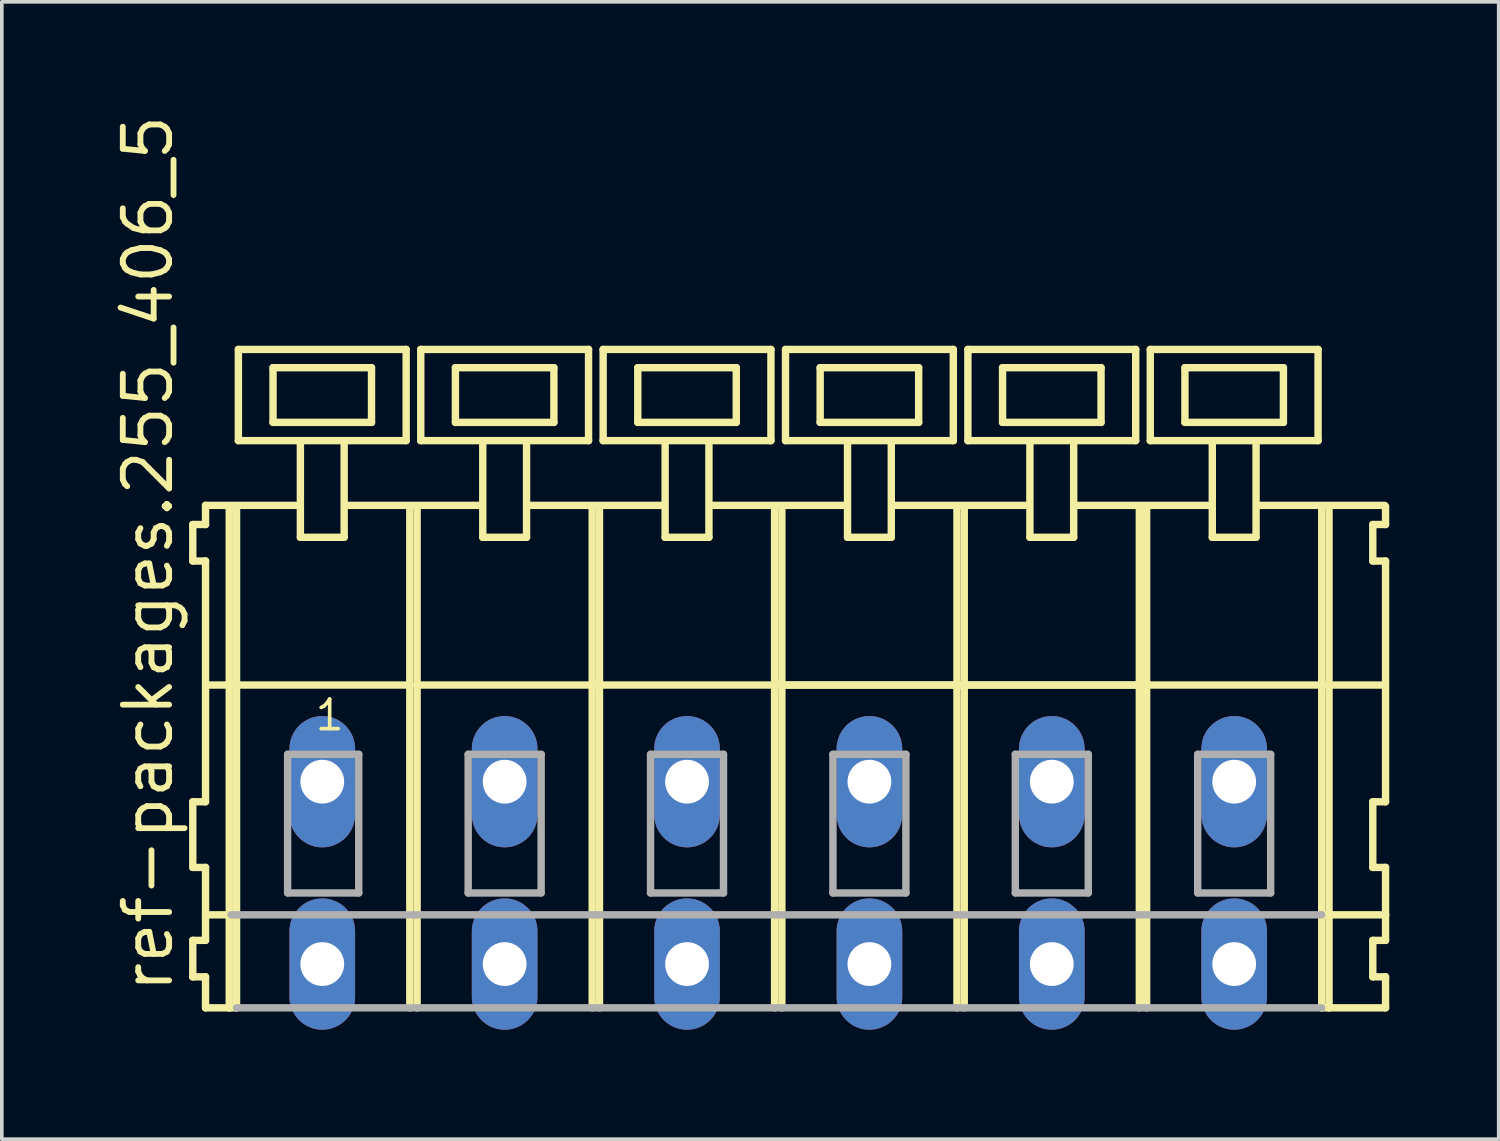
<source format=kicad_pcb>
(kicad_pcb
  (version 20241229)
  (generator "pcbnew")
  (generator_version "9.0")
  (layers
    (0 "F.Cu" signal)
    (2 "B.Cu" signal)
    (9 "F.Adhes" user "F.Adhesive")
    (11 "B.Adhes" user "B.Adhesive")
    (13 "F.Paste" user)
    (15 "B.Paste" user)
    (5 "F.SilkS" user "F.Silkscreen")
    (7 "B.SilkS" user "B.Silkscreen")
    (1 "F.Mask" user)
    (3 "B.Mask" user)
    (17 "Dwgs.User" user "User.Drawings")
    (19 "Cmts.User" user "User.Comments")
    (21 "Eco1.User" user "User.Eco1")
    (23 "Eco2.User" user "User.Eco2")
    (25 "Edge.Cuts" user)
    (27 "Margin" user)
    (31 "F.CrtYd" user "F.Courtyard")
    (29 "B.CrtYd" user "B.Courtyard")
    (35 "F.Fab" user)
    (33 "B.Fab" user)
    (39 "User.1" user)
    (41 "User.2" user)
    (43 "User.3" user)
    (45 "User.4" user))
  (footprint "ref-packages.255_406_5"
    (layer "F.Cu")
    (at 18.285 18.38)
    (property "Reference" "ref-packages.255_406_5" (at -16.535 5.855 90) (layer "F.SilkS") (effects (font (size 1.27 1.27) (thickness 0.16)) (justify left bottom)))
    (attr through_hole)
    (fp_line (start -16.05 -7.05) (end -16.05 -6.05) (stroke (width 0.203) (type default)) (layer "F.SilkS"))
    (fp_line (start -16.05 -6.05) (end -15.7 -6.05) (stroke (width 0.203) (type default)) (layer "F.SilkS"))
    (fp_line (start -16.05 0.55) (end -16.05 2.35) (stroke (width 0.203) (type default)) (layer "F.SilkS"))
    (fp_line (start -16.05 2.35) (end -15.7 2.35) (stroke (width 0.203) (type default)) (layer "F.SilkS"))
    (fp_line (start -16.05 4.35) (end -16.05 5.35) (stroke (width 0.203) (type default)) (layer "F.SilkS"))
    (fp_line (start -16.05 5.35) (end -15.7 5.35) (stroke (width 0.203) (type default)) (layer "F.SilkS"))
    (fp_line (start -15.7 -7.575) (end -15.7 -7.05) (stroke (width 0.203) (type default)) (layer "F.SilkS"))
    (fp_line (start -15.7 -7.575) (end -13.125 -7.575) (stroke (width 0.203) (type default)) (layer "F.SilkS"))
    (fp_line (start -15.7 -7.05) (end -16.05 -7.05) (stroke (width 0.203) (type default)) (layer "F.SilkS"))
    (fp_line (start -15.7 -6.05) (end -15.7 0.55) (stroke (width 0.203) (type default)) (layer "F.SilkS"))
    (fp_line (start -15.7 0.55) (end -16.05 0.55) (stroke (width 0.203) (type default)) (layer "F.SilkS"))
    (fp_line (start -15.7 2.35) (end -15.7 4.35) (stroke (width 0.203) (type default)) (layer "F.SilkS"))
    (fp_line (start -15.7 3.65) (end -15 3.65) (stroke (width 0.203) (type default)) (layer "F.SilkS"))
    (fp_line (start -15.7 4.35) (end -16.05 4.35) (stroke (width 0.203) (type default)) (layer "F.SilkS"))
    (fp_line (start -15.7 5.35) (end -15.7 6.2) (stroke (width 0.203) (type default)) (layer "F.SilkS"))
    (fp_line (start -15.7 6.2) (end -15.05 6.2) (stroke (width 0.203) (type default)) (layer "F.SilkS"))
    (fp_line (start -15.65 -2.65) (end -10.1 -2.65) (stroke (width 0.203) (type default)) (layer "F.SilkS"))
    (fp_line (start -15.05 -7.55) (end -15.05 6.2) (stroke (width 0.203) (type default)) (layer "F.SilkS"))
    (fp_line (start -15.05 6.2) (end -14.85 6.2) (stroke (width 0.203) (type default)) (layer "F.SilkS"))
    (fp_line (start -14.85 -7.55) (end -14.85 6.2) (stroke (width 0.203) (type default)) (layer "F.SilkS"))
    (fp_line (start -14.8 -11.85) (end -14.8 -9.35) (stroke (width 0.203) (type default)) (layer "F.SilkS"))
    (fp_line (start -14.8 -9.35) (end -13.1 -9.35) (stroke (width 0.203) (type default)) (layer "F.SilkS"))
    (fp_line (start -13.85 -11.35) (end -13.85 -9.85) (stroke (width 0.203) (type default)) (layer "F.SilkS"))
    (fp_line (start -13.85 -9.85) (end -11.15 -9.85) (stroke (width 0.203) (type default)) (layer "F.SilkS"))
    (fp_line (start -13.1 -9.35) (end -13.1 -6.7) (stroke (width 0.203) (type default)) (layer "F.SilkS"))
    (fp_line (start -13.1 -9.35) (end -11.9 -9.35) (stroke (width 0.203) (type default)) (layer "F.SilkS"))
    (fp_line (start -13.1 -6.7) (end -11.9 -6.7) (stroke (width 0.203) (type default)) (layer "F.SilkS"))
    (fp_line (start -11.9 -9.35) (end -10.2 -9.35) (stroke (width 0.203) (type default)) (layer "F.SilkS"))
    (fp_line (start -11.9 -6.7) (end -11.9 -9.35) (stroke (width 0.203) (type default)) (layer "F.SilkS"))
    (fp_line (start -11.825 -7.575) (end -8.125 -7.575) (stroke (width 0.203) (type default)) (layer "F.SilkS"))
    (fp_line (start -11.15 -11.35) (end -13.85 -11.35) (stroke (width 0.203) (type default)) (layer "F.SilkS"))
    (fp_line (start -11.15 -9.85) (end -11.15 -11.35) (stroke (width 0.203) (type default)) (layer "F.SilkS"))
    (fp_line (start -10.2 -11.85) (end -14.8 -11.85) (stroke (width 0.203) (type default)) (layer "F.SilkS"))
    (fp_line (start -10.2 -9.35) (end -10.2 -11.85) (stroke (width 0.203) (type default)) (layer "F.SilkS"))
    (fp_line (start -10.1 -7.55) (end -10.1 -2.65) (stroke (width 0.203) (type default)) (layer "F.SilkS"))
    (fp_line (start -10.1 -2.65) (end -10.1 6.2) (stroke (width 0.203) (type default)) (layer "F.SilkS"))
    (fp_line (start -9.9 -7.55) (end -9.9 -2.65) (stroke (width 0.203) (type default)) (layer "F.SilkS"))
    (fp_line (start -9.9 -2.65) (end -9.9 6.2) (stroke (width 0.203) (type default)) (layer "F.SilkS"))
    (fp_line (start -9.9 -2.65) (end -5.1 -2.65) (stroke (width 0.203) (type default)) (layer "F.SilkS"))
    (fp_line (start -9.8 -11.85) (end -9.8 -9.35) (stroke (width 0.203) (type default)) (layer "F.SilkS"))
    (fp_line (start -9.8 -9.35) (end -8.1 -9.35) (stroke (width 0.203) (type default)) (layer "F.SilkS"))
    (fp_line (start -8.85 -11.35) (end -8.85 -9.85) (stroke (width 0.203) (type default)) (layer "F.SilkS"))
    (fp_line (start -8.85 -9.85) (end -6.15 -9.85) (stroke (width 0.203) (type default)) (layer "F.SilkS"))
    (fp_line (start -8.1 -9.35) (end -8.1 -6.7) (stroke (width 0.203) (type default)) (layer "F.SilkS"))
    (fp_line (start -8.1 -9.35) (end -6.9 -9.35) (stroke (width 0.203) (type default)) (layer "F.SilkS"))
    (fp_line (start -8.1 -6.7) (end -6.9 -6.7) (stroke (width 0.203) (type default)) (layer "F.SilkS"))
    (fp_line (start -6.9 -9.35) (end -5.2 -9.35) (stroke (width 0.203) (type default)) (layer "F.SilkS"))
    (fp_line (start -6.9 -6.7) (end -6.9 -9.35) (stroke (width 0.203) (type default)) (layer "F.SilkS"))
    (fp_line (start -6.875 -7.575) (end -3.125 -7.575) (stroke (width 0.203) (type default)) (layer "F.SilkS"))
    (fp_line (start -6.15 -11.35) (end -8.85 -11.35) (stroke (width 0.203) (type default)) (layer "F.SilkS"))
    (fp_line (start -6.15 -9.85) (end -6.15 -11.35) (stroke (width 0.203) (type default)) (layer "F.SilkS"))
    (fp_line (start -5.2 -11.85) (end -9.8 -11.85) (stroke (width 0.203) (type default)) (layer "F.SilkS"))
    (fp_line (start -5.2 -9.35) (end -5.2 -11.85) (stroke (width 0.203) (type default)) (layer "F.SilkS"))
    (fp_line (start -5.1 -7.55) (end -5.1 -2.65) (stroke (width 0.203) (type default)) (layer "F.SilkS"))
    (fp_line (start -5.1 -2.65) (end -5.1 6.2) (stroke (width 0.203) (type default)) (layer "F.SilkS"))
    (fp_line (start -5.1 -2.65) (end -4.9 -2.65) (stroke (width 0.203) (type default)) (layer "F.SilkS"))
    (fp_line (start -4.9 -7.55) (end -4.9 -2.65) (stroke (width 0.203) (type default)) (layer "F.SilkS"))
    (fp_line (start -4.9 -2.65) (end -4.9 6.2) (stroke (width 0.203) (type default)) (layer "F.SilkS"))
    (fp_line (start -4.9 -2.65) (end -0.1 -2.65) (stroke (width 0.203) (type default)) (layer "F.SilkS"))
    (fp_line (start -4.8 -11.85) (end -4.8 -9.35) (stroke (width 0.203) (type default)) (layer "F.SilkS"))
    (fp_line (start -4.8 -9.35) (end -3.1 -9.35) (stroke (width 0.203) (type default)) (layer "F.SilkS"))
    (fp_line (start -3.85 -11.35) (end -3.85 -9.85) (stroke (width 0.203) (type default)) (layer "F.SilkS"))
    (fp_line (start -3.85 -9.85) (end -1.15 -9.85) (stroke (width 0.203) (type default)) (layer "F.SilkS"))
    (fp_line (start -3.1 -9.35) (end -3.1 -6.7) (stroke (width 0.203) (type default)) (layer "F.SilkS"))
    (fp_line (start -3.1 -9.35) (end -1.9 -9.35) (stroke (width 0.203) (type default)) (layer "F.SilkS"))
    (fp_line (start -3.1 -6.7) (end -1.9 -6.7) (stroke (width 0.203) (type default)) (layer "F.SilkS"))
    (fp_line (start -1.9 -9.35) (end -0.2 -9.35) (stroke (width 0.203) (type default)) (layer "F.SilkS"))
    (fp_line (start -1.9 -6.7) (end -1.9 -9.35) (stroke (width 0.203) (type default)) (layer "F.SilkS"))
    (fp_line (start -1.875 -7.575) (end 1.875 -7.575) (stroke (width 0.203) (type default)) (layer "F.SilkS"))
    (fp_line (start -1.15 -11.35) (end -3.85 -11.35) (stroke (width 0.203) (type default)) (layer "F.SilkS"))
    (fp_line (start -1.15 -9.85) (end -1.15 -11.35) (stroke (width 0.203) (type default)) (layer "F.SilkS"))
    (fp_line (start -0.2 -11.85) (end -4.8 -11.85) (stroke (width 0.203) (type default)) (layer "F.SilkS"))
    (fp_line (start -0.2 -9.35) (end -0.2 -11.85) (stroke (width 0.203) (type default)) (layer "F.SilkS"))
    (fp_line (start -0.1 -7.55) (end -0.1 -2.65) (stroke (width 0.203) (type default)) (layer "F.SilkS"))
    (fp_line (start -0.1 -2.65) (end -0.1 6.2) (stroke (width 0.203) (type default)) (layer "F.SilkS"))
    (fp_line (start -0.1 -2.65) (end 0.1 -2.65) (stroke (width 0.203) (type default)) (layer "F.SilkS"))
    (fp_line (start -0.1 -2.65) (end 14.9 -2.65) (stroke (width 0.203) (type default)) (layer "F.SilkS"))
    (fp_line (start 0.1 -7.55) (end 0.1 -2.65) (stroke (width 0.203) (type default)) (layer "F.SilkS"))
    (fp_line (start 0.1 -2.65) (end 0.1 6.2) (stroke (width 0.203) (type default)) (layer "F.SilkS"))
    (fp_line (start 0.1 -2.65) (end 4.9 -2.65) (stroke (width 0.203) (type default)) (layer "F.SilkS"))
    (fp_line (start 0.2 -11.85) (end 0.2 -9.35) (stroke (width 0.203) (type default)) (layer "F.SilkS"))
    (fp_line (start 0.2 -9.35) (end 1.9 -9.35) (stroke (width 0.203) (type default)) (layer "F.SilkS"))
    (fp_line (start 1.15 -11.35) (end 1.15 -9.85) (stroke (width 0.203) (type default)) (layer "F.SilkS"))
    (fp_line (start 1.15 -9.85) (end 3.85 -9.85) (stroke (width 0.203) (type default)) (layer "F.SilkS"))
    (fp_line (start 1.9 -9.35) (end 1.9 -6.7) (stroke (width 0.203) (type default)) (layer "F.SilkS"))
    (fp_line (start 1.9 -9.35) (end 3.1 -9.35) (stroke (width 0.203) (type default)) (layer "F.SilkS"))
    (fp_line (start 1.9 -6.7) (end 3.1 -6.7) (stroke (width 0.203) (type default)) (layer "F.SilkS"))
    (fp_line (start 3.1 -9.35) (end 4.8 -9.35) (stroke (width 0.203) (type default)) (layer "F.SilkS"))
    (fp_line (start 3.1 -6.7) (end 3.1 -9.35) (stroke (width 0.203) (type default)) (layer "F.SilkS"))
    (fp_line (start 3.125 -7.575) (end 6.875 -7.575) (stroke (width 0.203) (type default)) (layer "F.SilkS"))
    (fp_line (start 3.85 -11.35) (end 1.15 -11.35) (stroke (width 0.203) (type default)) (layer "F.SilkS"))
    (fp_line (start 3.85 -9.85) (end 3.85 -11.35) (stroke (width 0.203) (type default)) (layer "F.SilkS"))
    (fp_line (start 4.8 -11.85) (end 0.2 -11.85) (stroke (width 0.203) (type default)) (layer "F.SilkS"))
    (fp_line (start 4.8 -9.35) (end 4.8 -11.85) (stroke (width 0.203) (type default)) (layer "F.SilkS"))
    (fp_line (start 4.9 -7.55) (end 4.9 -2.65) (stroke (width 0.203) (type default)) (layer "F.SilkS"))
    (fp_line (start 4.9 -2.65) (end 4.9 6.2) (stroke (width 0.203) (type default)) (layer "F.SilkS"))
    (fp_line (start 4.9 -2.65) (end 5.1 -2.65) (stroke (width 0.203) (type default)) (layer "F.SilkS"))
    (fp_line (start 5.1 -7.55) (end 5.1 -2.65) (stroke (width 0.203) (type default)) (layer "F.SilkS"))
    (fp_line (start 5.1 -2.65) (end 5.1 6.2) (stroke (width 0.203) (type default)) (layer "F.SilkS"))
    (fp_line (start 5.1 -2.65) (end 9.9 -2.65) (stroke (width 0.203) (type default)) (layer "F.SilkS"))
    (fp_line (start 5.2 -11.85) (end 5.2 -9.35) (stroke (width 0.203) (type default)) (layer "F.SilkS"))
    (fp_line (start 5.2 -9.35) (end 6.9 -9.35) (stroke (width 0.203) (type default)) (layer "F.SilkS"))
    (fp_line (start 6.15 -11.35) (end 6.15 -9.85) (stroke (width 0.203) (type default)) (layer "F.SilkS"))
    (fp_line (start 6.15 -9.85) (end 8.85 -9.85) (stroke (width 0.203) (type default)) (layer "F.SilkS"))
    (fp_line (start 6.9 -9.35) (end 6.9 -6.7) (stroke (width 0.203) (type default)) (layer "F.SilkS"))
    (fp_line (start 6.9 -9.35) (end 8.1 -9.35) (stroke (width 0.203) (type default)) (layer "F.SilkS"))
    (fp_line (start 6.9 -6.7) (end 8.1 -6.7) (stroke (width 0.203) (type default)) (layer "F.SilkS"))
    (fp_line (start 8.1 -9.35) (end 9.8 -9.35) (stroke (width 0.203) (type default)) (layer "F.SilkS"))
    (fp_line (start 8.1 -6.7) (end 8.1 -9.35) (stroke (width 0.203) (type default)) (layer "F.SilkS"))
    (fp_line (start 8.125 -7.575) (end 11.875 -7.575) (stroke (width 0.203) (type default)) (layer "F.SilkS"))
    (fp_line (start 8.85 -11.35) (end 6.15 -11.35) (stroke (width 0.203) (type default)) (layer "F.SilkS"))
    (fp_line (start 8.85 -9.85) (end 8.85 -11.35) (stroke (width 0.203) (type default)) (layer "F.SilkS"))
    (fp_line (start 9.8 -11.85) (end 5.2 -11.85) (stroke (width 0.203) (type default)) (layer "F.SilkS"))
    (fp_line (start 9.8 -9.35) (end 9.8 -11.85) (stroke (width 0.203) (type default)) (layer "F.SilkS"))
    (fp_line (start 9.9 -7.55) (end 9.9 -2.65) (stroke (width 0.203) (type default)) (layer "F.SilkS"))
    (fp_line (start 9.9 -2.65) (end 9.9 6.2) (stroke (width 0.203) (type default)) (layer "F.SilkS"))
    (fp_line (start 9.9 -2.65) (end 10.1 -2.65) (stroke (width 0.203) (type default)) (layer "F.SilkS"))
    (fp_line (start 10.1 -7.55) (end 10.1 -2.65) (stroke (width 0.203) (type default)) (layer "F.SilkS"))
    (fp_line (start 10.1 -2.65) (end 10.1 6.2) (stroke (width 0.203) (type default)) (layer "F.SilkS"))
    (fp_line (start 10.2 -11.85) (end 10.2 -9.35) (stroke (width 0.203) (type default)) (layer "F.SilkS"))
    (fp_line (start 10.2 -9.35) (end 11.9 -9.35) (stroke (width 0.203) (type default)) (layer "F.SilkS"))
    (fp_line (start 11.15 -11.35) (end 11.15 -9.85) (stroke (width 0.203) (type default)) (layer "F.SilkS"))
    (fp_line (start 11.15 -9.85) (end 13.85 -9.85) (stroke (width 0.203) (type default)) (layer "F.SilkS"))
    (fp_line (start 11.9 -9.35) (end 11.9 -6.7) (stroke (width 0.203) (type default)) (layer "F.SilkS"))
    (fp_line (start 11.9 -9.35) (end 13.1 -9.35) (stroke (width 0.203) (type default)) (layer "F.SilkS"))
    (fp_line (start 11.9 -6.7) (end 13.1 -6.7) (stroke (width 0.203) (type default)) (layer "F.SilkS"))
    (fp_line (start 13.1 -9.35) (end 14.8 -9.35) (stroke (width 0.203) (type default)) (layer "F.SilkS"))
    (fp_line (start 13.1 -6.7) (end 13.1 -9.35) (stroke (width 0.203) (type default)) (layer "F.SilkS"))
    (fp_line (start 13.125 -7.575) (end 16.625 -7.575) (stroke (width 0.203) (type default)) (layer "F.SilkS"))
    (fp_line (start 13.85 -11.35) (end 11.15 -11.35) (stroke (width 0.203) (type default)) (layer "F.SilkS"))
    (fp_line (start 13.85 -9.85) (end 13.85 -11.35) (stroke (width 0.203) (type default)) (layer "F.SilkS"))
    (fp_line (start 14.8 -11.85) (end 10.2 -11.85) (stroke (width 0.203) (type default)) (layer "F.SilkS"))
    (fp_line (start 14.8 -9.35) (end 14.8 -11.85) (stroke (width 0.203) (type default)) (layer "F.SilkS"))
    (fp_line (start 14.9 -7.55) (end 14.9 -2.65) (stroke (width 0.203) (type default)) (layer "F.SilkS"))
    (fp_line (start 14.9 -2.65) (end 14.9 6.2) (stroke (width 0.203) (type default)) (layer "F.SilkS"))
    (fp_line (start 14.9 -2.65) (end 15.1 -2.65) (stroke (width 0.203) (type default)) (layer "F.SilkS"))
    (fp_line (start 14.9 6.2) (end 15.1 6.2) (stroke (width 0.203) (type default)) (layer "F.SilkS"))
    (fp_line (start 14.95 3.65) (end 16.65 3.65) (stroke (width 0.203) (type default)) (layer "F.SilkS"))
    (fp_line (start 15.1 -7.55) (end 15.1 -2.65) (stroke (width 0.203) (type default)) (layer "F.SilkS"))
    (fp_line (start 15.1 -2.65) (end 15.1 6.2) (stroke (width 0.203) (type default)) (layer "F.SilkS"))
    (fp_line (start 15.1 -2.65) (end 16.6 -2.65) (stroke (width 0.203) (type default)) (layer "F.SilkS"))
    (fp_line (start 15.1 6.2) (end 16.65 6.2) (stroke (width 0.203) (type default)) (layer "F.SilkS"))
    (fp_line (start 16.3 -7.05) (end 16.3 -6.05) (stroke (width 0.203) (type default)) (layer "F.SilkS"))
    (fp_line (start 16.3 -6.05) (end 16.65 -6.05) (stroke (width 0.203) (type default)) (layer "F.SilkS"))
    (fp_line (start 16.3 0.55) (end 16.3 2.35) (stroke (width 0.203) (type default)) (layer "F.SilkS"))
    (fp_line (start 16.3 2.35) (end 16.65 2.35) (stroke (width 0.203) (type default)) (layer "F.SilkS"))
    (fp_line (start 16.3 4.35) (end 16.3 5.35) (stroke (width 0.203) (type default)) (layer "F.SilkS"))
    (fp_line (start 16.3 5.35) (end 16.65 5.35) (stroke (width 0.203) (type default)) (layer "F.SilkS"))
    (fp_line (start 16.65 -7.05) (end 16.3 -7.05) (stroke (width 0.203) (type default)) (layer "F.SilkS"))
    (fp_line (start 16.65 -7.05) (end 16.65 -7.55) (stroke (width 0.203) (type default)) (layer "F.SilkS"))
    (fp_line (start 16.65 0.55) (end 16.3 0.55) (stroke (width 0.203) (type default)) (layer "F.SilkS"))
    (fp_line (start 16.65 0.55) (end 16.65 -6.05) (stroke (width 0.203) (type default)) (layer "F.SilkS"))
    (fp_line (start 16.65 3.65) (end 16.65 2.35) (stroke (width 0.203) (type default)) (layer "F.SilkS"))
    (fp_line (start 16.65 4.35) (end 16.3 4.35) (stroke (width 0.203) (type default)) (layer "F.SilkS"))
    (fp_line (start 16.65 4.35) (end 16.65 3.65) (stroke (width 0.203) (type default)) (layer "F.SilkS"))
    (fp_line (start 16.65 6.2) (end 16.65 5.35) (stroke (width 0.203) (type default)) (layer "F.SilkS"))
    (fp_line (start -15 3.65) (end 14.9 3.65) (stroke (width 0.203) (type default)) (layer "F.Fab"))
    (fp_line (start -14.85 6.2) (end 14.9 6.2) (stroke (width 0.203) (type default)) (layer "F.Fab"))
    (fp_line (start -13.45 -0.75) (end -13.45 3.05) (stroke (width 0.203) (type default)) (layer "F.Fab"))
    (fp_line (start -13.45 3.05) (end -11.5 3.05) (stroke (width 0.203) (type default)) (layer "F.Fab"))
    (fp_line (start -11.5 -0.75) (end -13.45 -0.75) (stroke (width 0.203) (type default)) (layer "F.Fab"))
    (fp_line (start -11.5 3.05) (end -11.5 -0.75) (stroke (width 0.203) (type default)) (layer "F.Fab"))
    (fp_line (start -8.5 -0.75) (end -8.5 3.05) (stroke (width 0.203) (type default)) (layer "F.Fab"))
    (fp_line (start -8.5 3.05) (end -6.5 3.05) (stroke (width 0.203) (type default)) (layer "F.Fab"))
    (fp_line (start -6.5 -0.75) (end -8.5 -0.75) (stroke (width 0.203) (type default)) (layer "F.Fab"))
    (fp_line (start -6.5 3.05) (end -6.5 -0.75) (stroke (width 0.203) (type default)) (layer "F.Fab"))
    (fp_line (start -3.5 -0.75) (end -3.5 3.05) (stroke (width 0.203) (type default)) (layer "F.Fab"))
    (fp_line (start -3.5 3.05) (end -1.5 3.05) (stroke (width 0.203) (type default)) (layer "F.Fab"))
    (fp_line (start -1.5 -0.75) (end -3.5 -0.75) (stroke (width 0.203) (type default)) (layer "F.Fab"))
    (fp_line (start -1.5 3.05) (end -1.5 -0.75) (stroke (width 0.203) (type default)) (layer "F.Fab"))
    (fp_line (start 1.5 -0.75) (end 1.5 3.05) (stroke (width 0.203) (type default)) (layer "F.Fab"))
    (fp_line (start 1.5 3.05) (end 3.5 3.05) (stroke (width 0.203) (type default)) (layer "F.Fab"))
    (fp_line (start 3.5 -0.75) (end 1.5 -0.75) (stroke (width 0.203) (type default)) (layer "F.Fab"))
    (fp_line (start 3.5 3.05) (end 3.5 -0.75) (stroke (width 0.203) (type default)) (layer "F.Fab"))
    (fp_line (start 6.5 -0.75) (end 6.5 3.05) (stroke (width 0.203) (type default)) (layer "F.Fab"))
    (fp_line (start 6.5 3.05) (end 8.5 3.05) (stroke (width 0.203) (type default)) (layer "F.Fab"))
    (fp_line (start 8.5 -0.75) (end 6.5 -0.75) (stroke (width 0.203) (type default)) (layer "F.Fab"))
    (fp_line (start 8.5 3.05) (end 8.5 -0.75) (stroke (width 0.203) (type default)) (layer "F.Fab"))
    (fp_line (start 11.5 -0.75) (end 11.5 3.05) (stroke (width 0.203) (type default)) (layer "F.Fab"))
    (fp_line (start 11.5 3.05) (end 13.5 3.05) (stroke (width 0.203) (type default)) (layer "F.Fab"))
    (fp_line (start 13.5 -0.75) (end 11.5 -0.75) (stroke (width 0.203) (type default)) (layer "F.Fab"))
    (fp_line (start 13.5 3.05) (end 13.5 -0.75) (stroke (width 0.203) (type default)) (layer "F.Fab"))
    (fp_text user "1" (at -12.75 -1.35 0) (layer "F.SilkS") (effects (font (size 0.813 0.813) (thickness 0.1)) (justify left bottom)))
    (pad "A1" thru_hole oval (at -12.5 0 90) (size 3.6 1.8) (drill 1.2) (layers "*.Cu" "*.Mask"))
    (pad "A2" thru_hole oval (at -7.5 0 90) (size 3.6 1.8) (drill 1.2) (layers "*.Cu" "*.Mask"))
    (pad "A3" thru_hole oval (at -2.5 0 90) (size 3.6 1.8) (drill 1.2) (layers "*.Cu" "*.Mask"))
    (pad "A4" thru_hole oval (at 2.5 0 90) (size 3.6 1.8) (drill 1.2) (layers "*.Cu" "*.Mask"))
    (pad "A5" thru_hole oval (at 7.5 0 90) (size 3.6 1.8) (drill 1.2) (layers "*.Cu" "*.Mask"))
    (pad "A6" thru_hole oval (at 12.5 0 90) (size 3.6 1.8) (drill 1.2) (layers "*.Cu" "*.Mask"))
    (pad "B1" thru_hole oval (at -12.5 5 90) (size 3.6 1.8) (drill 1.2) (layers "*.Cu" "*.Mask"))
    (pad "B2" thru_hole oval (at -7.5 5 90) (size 3.6 1.8) (drill 1.2) (layers "*.Cu" "*.Mask"))
    (pad "B3" thru_hole oval (at -2.5 5 90) (size 3.6 1.8) (drill 1.2) (layers "*.Cu" "*.Mask"))
    (pad "B4" thru_hole oval (at 2.5 5 90) (size 3.6 1.8) (drill 1.2) (layers "*.Cu" "*.Mask"))
    (pad "B5" thru_hole oval (at 7.5 5 90) (size 3.6 1.8) (drill 1.2) (layers "*.Cu" "*.Mask"))
    (pad "B6" thru_hole oval (at 12.5 5 90) (size 3.6 1.8) (drill 1.2) (layers "*.Cu" "*.Mask")))
  (gr_rect
    (start -3 -3)
    (end 38.037 28.18)
    (stroke (width 0.1) (type default))
    (fill no)
    (layer "Edge.Cuts")))
</source>
